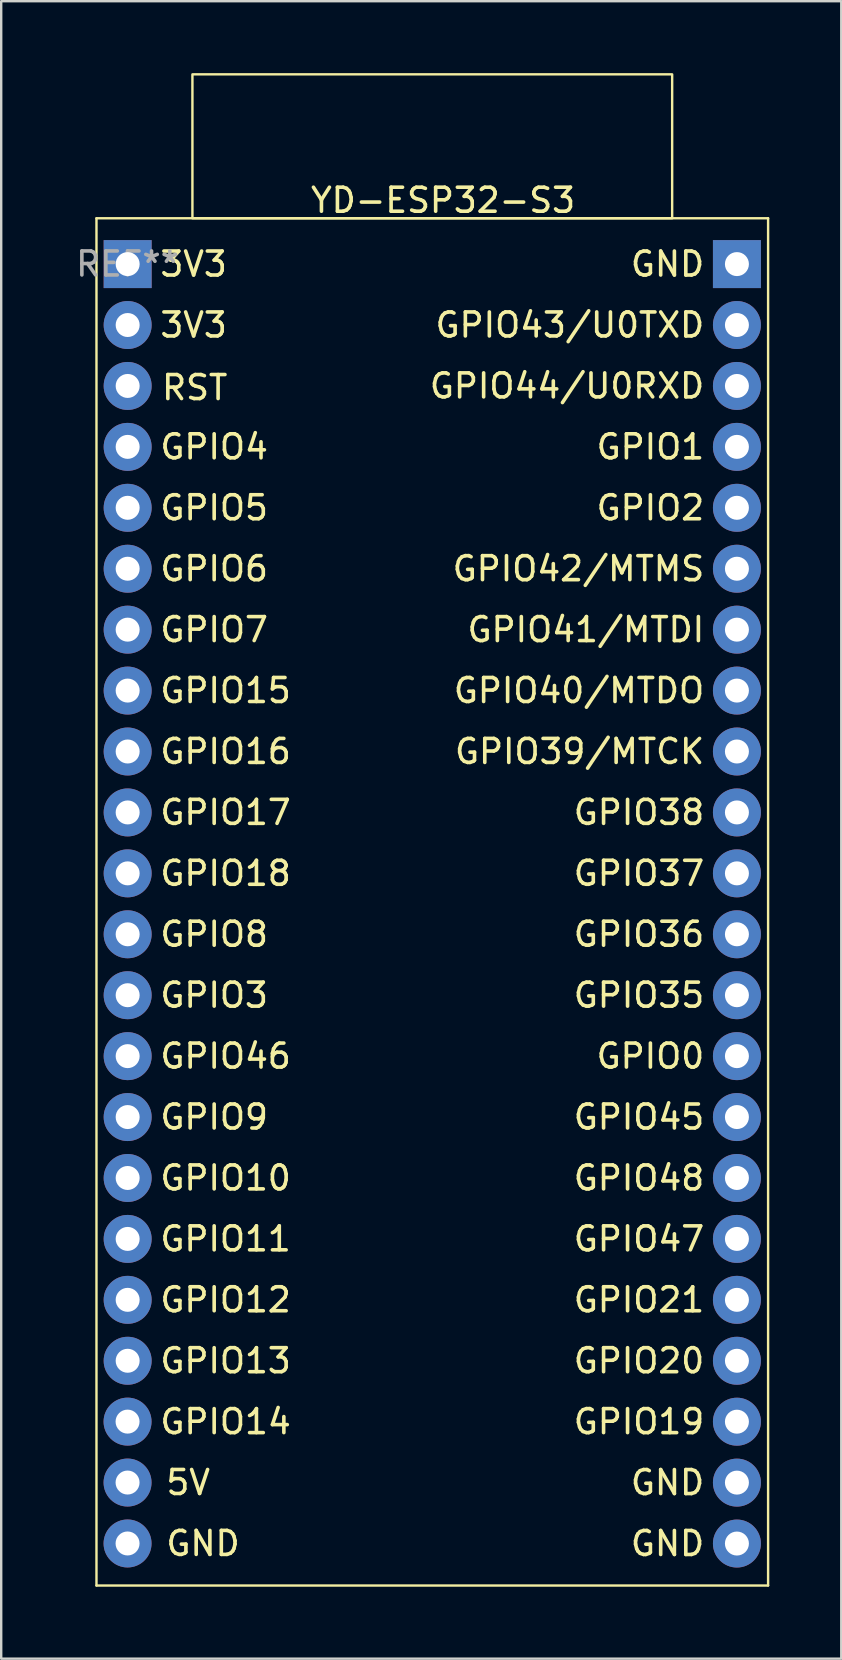
<source format=kicad_pcb>
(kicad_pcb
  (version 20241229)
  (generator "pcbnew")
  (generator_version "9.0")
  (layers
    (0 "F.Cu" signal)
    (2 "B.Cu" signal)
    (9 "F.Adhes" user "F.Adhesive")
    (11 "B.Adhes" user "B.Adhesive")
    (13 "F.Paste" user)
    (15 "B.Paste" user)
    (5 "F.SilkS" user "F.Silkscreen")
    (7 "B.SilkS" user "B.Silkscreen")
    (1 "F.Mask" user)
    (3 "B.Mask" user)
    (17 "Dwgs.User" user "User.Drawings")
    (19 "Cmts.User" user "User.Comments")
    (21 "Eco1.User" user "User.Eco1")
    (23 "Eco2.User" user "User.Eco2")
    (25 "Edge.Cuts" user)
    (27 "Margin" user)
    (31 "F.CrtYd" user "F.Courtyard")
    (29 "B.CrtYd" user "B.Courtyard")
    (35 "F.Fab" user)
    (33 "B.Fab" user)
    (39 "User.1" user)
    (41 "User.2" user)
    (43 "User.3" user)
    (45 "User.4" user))
  (footprint "YD-ESP32-S3"
    (layer "F.Cu")
    (at 0.972 6.05)
    (property "Reference" "YD-ESP32-S3" (at 14.45 -0.75 0) (layer "F.SilkS") (effects (font (size 1 1) (thickness 0.15))))
    (attr through_hole)
    (fp_line (start 0 0) (end 28 0) (stroke (width 0.1) (type default)) (layer "F.SilkS"))
    (fp_line (start 0 57) (end 0 0) (stroke (width 0.1) (type default)) (layer "F.SilkS"))
    (fp_line (start 28 0) (end 28 57) (stroke (width 0.1) (type default)) (layer "F.SilkS"))
    (fp_line (start 28 57) (end 0 57) (stroke (width 0.1) (type default)) (layer "F.SilkS"))
    (fp_rect (start 4 0) (end 24 -6) (stroke (width 0.1) (type default)) (fill no) (layer "F.SilkS"))
    (fp_text user "GPIO36" (at 25.43 29.85 0) (unlocked yes) (layer "F.SilkS") (effects (font (size 1 1) (thickness 0.15)) (justify right)))
    (fp_text user "GPIO44/U0RXD" (at 25.43 6.99 0) (unlocked yes) (layer "F.SilkS") (effects (font (size 1 1) (thickness 0.15)) (justify right)))
    (fp_text user "GND" (at 25.43 52.71 0) (unlocked yes) (layer "F.SilkS") (effects (font (size 1 1) (thickness 0.15)) (justify right)))
    (fp_text user "GPIO10" (at 2.57 40.01 0) (unlocked yes) (layer "F.SilkS") (effects (font (size 1 1) (thickness 0.15)) (justify left)))
    (fp_text user "GND" (at 2.82 55.247 0) (unlocked yes) (layer "F.SilkS") (effects (font (size 1 1) (thickness 0.15)) (justify left)))
    (fp_text user "GPIO16" (at 2.57 22.23 0) (unlocked yes) (layer "F.SilkS") (effects (font (size 1 1) (thickness 0.15)) (justify left)))
    (fp_text user "GPIO19" (at 25.43 50.17 0) (unlocked yes) (layer "F.SilkS") (effects (font (size 1 1) (thickness 0.15)) (justify right)))
    (fp_text user "GPIO45" (at 25.43 37.47 0) (unlocked yes) (layer "F.SilkS") (effects (font (size 1 1) (thickness 0.15)) (justify right)))
    (fp_text user "RST" (at 5.55 7.06 0) (unlocked yes) (layer "F.SilkS") (effects (font (size 1 1) (thickness 0.15)) (justify right)))
    (fp_text user "GPIO15" (at 2.57 19.69 0) (unlocked yes) (layer "F.SilkS") (effects (font (size 1 1) (thickness 0.15)) (justify left)))
    (fp_text user "GND" (at 25.43 1.91 0) (unlocked yes) (layer "F.SilkS") (effects (font (size 1 1) (thickness 0.15)) (justify right)))
    (fp_text user "GPIO38" (at 25.43 24.77 0) (unlocked yes) (layer "F.SilkS") (effects (font (size 1 1) (thickness 0.15)) (justify right)))
    (fp_text user "GPIO37" (at 25.43 27.31 0) (unlocked yes) (layer "F.SilkS") (effects (font (size 1 1) (thickness 0.15)) (justify right)))
    (fp_text user "GPIO4" (at 2.57 9.53 0) (unlocked yes) (layer "F.SilkS") (effects (font (size 1 1) (thickness 0.15)) (justify left)))
    (fp_text user "GPIO21" (at 25.43 45.09 0) (unlocked yes) (layer "F.SilkS") (effects (font (size 1 1) (thickness 0.15)) (justify right)))
    (fp_text user "GPIO42/MTMS" (at 25.43 14.61 0) (unlocked yes) (layer "F.SilkS") (effects (font (size 1 1) (thickness 0.15)) (justify right)))
    (fp_text user "GPIO20" (at 25.43 47.63 0) (unlocked yes) (layer "F.SilkS") (effects (font (size 1 1) (thickness 0.15)) (justify right)))
    (fp_text user "3V3" (at 2.57 1.91 0) (unlocked yes) (layer "F.SilkS") (effects (font (size 1 1) (thickness 0.15)) (justify left)))
    (fp_text user "GPIO43/U0TXD" (at 25.43 4.45 0) (unlocked yes) (layer "F.SilkS") (effects (font (size 1 1) (thickness 0.15)) (justify right)))
    (fp_text user "GPIO35" (at 25.43 32.39 0) (unlocked yes) (layer "F.SilkS") (effects (font (size 1 1) (thickness 0.15)) (justify right)))
    (fp_text user "GPIO39/MTCK" (at 25.43 22.23 0) (unlocked yes) (layer "F.SilkS") (effects (font (size 1 1) (thickness 0.15)) (justify right)))
    (fp_text user "GPIO47" (at 25.43 42.55 0) (unlocked yes) (layer "F.SilkS") (effects (font (size 1 1) (thickness 0.15)) (justify right)))
    (fp_text user "GPIO18" (at 2.57 27.31 0) (unlocked yes) (layer "F.SilkS") (effects (font (size 1 1) (thickness 0.15)) (justify left)))
    (fp_text user "GPIO40/MTDO" (at 25.43 19.69 0) (unlocked yes) (layer "F.SilkS") (effects (font (size 1 1) (thickness 0.15)) (justify right)))
    (fp_text user "3V3" (at 2.57 4.45 0) (unlocked yes) (layer "F.SilkS") (effects (font (size 1 1) (thickness 0.15)) (justify left)))
    (fp_text user "GPIO8" (at 2.57 29.85 0) (unlocked yes) (layer "F.SilkS") (effects (font (size 1 1) (thickness 0.15)) (justify left)))
    (fp_text user "GPIO11" (at 2.57 42.55 0) (unlocked yes) (layer "F.SilkS") (effects (font (size 1 1) (thickness 0.15)) (justify left)))
    (fp_text user "GPIO46" (at 2.57 34.93 0) (unlocked yes) (layer "F.SilkS") (effects (font (size 1 1) (thickness 0.15)) (justify left)))
    (fp_text user "GPIO3" (at 2.57 32.39 0) (unlocked yes) (layer "F.SilkS") (effects (font (size 1 1) (thickness 0.15)) (justify left)))
    (fp_text user "GPIO41/MTDI" (at 25.43 17.15 0) (unlocked yes) (layer "F.SilkS") (effects (font (size 1 1) (thickness 0.15)) (justify right)))
    (fp_text user "GPIO0" (at 25.43 34.93 0) (unlocked yes) (layer "F.SilkS") (effects (font (size 1 1) (thickness 0.15)) (justify right)))
    (fp_text user "GPIO13" (at 2.57 47.63 0) (unlocked yes) (layer "F.SilkS") (effects (font (size 1 1) (thickness 0.15)) (justify left)))
    (fp_text user "GPIO2" (at 25.43 12.07 0) (unlocked yes) (layer "F.SilkS") (effects (font (size 1 1) (thickness 0.15)) (justify right)))
    (fp_text user "GPIO48" (at 25.43 40.01 0) (unlocked yes) (layer "F.SilkS") (effects (font (size 1 1) (thickness 0.15)) (justify right)))
    (fp_text user "GPIO17" (at 2.57 24.77 0) (unlocked yes) (layer "F.SilkS") (effects (font (size 1 1) (thickness 0.15)) (justify left)))
    (fp_text user "GPIO6" (at 2.57 14.61 0) (unlocked yes) (layer "F.SilkS") (effects (font (size 1 1) (thickness 0.15)) (justify left)))
    (fp_text user "GPIO1" (at 25.43 9.53 0) (unlocked yes) (layer "F.SilkS") (effects (font (size 1 1) (thickness 0.15)) (justify right)))
    (fp_text user "5V" (at 2.82 52.707 0) (unlocked yes) (layer "F.SilkS") (effects (font (size 1 1) (thickness 0.15)) (justify left)))
    (fp_text user "GPIO5" (at 2.57 12.07 0) (unlocked yes) (layer "F.SilkS") (effects (font (size 1 1) (thickness 0.15)) (justify left)))
    (fp_text user "GPIO7" (at 2.57 17.15 0) (unlocked yes) (layer "F.SilkS") (effects (font (size 1 1) (thickness 0.15)) (justify left)))
    (fp_text user "GPIO14" (at 2.57 50.17 0) (unlocked yes) (layer "F.SilkS") (effects (font (size 1 1) (thickness 0.15)) (justify left)))
    (fp_text user "GPIO9" (at 2.57 37.47 0) (unlocked yes) (layer "F.SilkS") (effects (font (size 1 1) (thickness 0.15)) (justify left)))
    (fp_text user "GND" (at 25.43 55.25 0) (unlocked yes) (layer "F.SilkS") (effects (font (size 1 1) (thickness 0.15)) (justify right)))
    (fp_text user "GPIO12" (at 2.57 45.09 0) (unlocked yes) (layer "F.SilkS") (effects (font (size 1 1) (thickness 0.15)) (justify left)))
    (fp_text user "REF**" (at 1.296 1.907 0) (layer "F.Fab") (effects (font (size 1 1) (thickness 0.15))))
    (pad "1" thru_hole rect (at 1.3 1.91 270) (size 2 2) (drill 1) (layers "*.Cu" "*.Mask"))
    (pad "2" thru_hole oval (at 1.3 4.45 270) (size 2 2) (drill 1) (layers "*.Cu" "*.Mask"))
    (pad "3" thru_hole oval (at 1.3 6.99 270) (size 2 2) (drill 1) (layers "*.Cu" "*.Mask"))
    (pad "4" thru_hole oval (at 1.3 9.53 270) (size 2 2) (drill 1) (layers "*.Cu" "*.Mask"))
    (pad "5" thru_hole oval (at 1.3 12.07 270) (size 2 2) (drill 1) (layers "*.Cu" "*.Mask"))
    (pad "6" thru_hole oval (at 1.3 14.61 270) (size 2 2) (drill 1) (layers "*.Cu" "*.Mask"))
    (pad "7" thru_hole oval (at 1.3 17.15 270) (size 2 2) (drill 1) (layers "*.Cu" "*.Mask"))
    (pad "8" thru_hole oval (at 1.3 19.69 270) (size 2 2) (drill 1) (layers "*.Cu" "*.Mask"))
    (pad "9" thru_hole oval (at 1.3 22.23 270) (size 2 2) (drill 1) (layers "*.Cu" "*.Mask"))
    (pad "10" thru_hole oval (at 1.3 24.77 270) (size 2 2) (drill 1) (layers "*.Cu" "*.Mask"))
    (pad "11" thru_hole oval (at 1.3 27.31 270) (size 2 2) (drill 1) (layers "*.Cu" "*.Mask"))
    (pad "12" thru_hole oval (at 1.3 29.85 270) (size 2 2) (drill 1) (layers "*.Cu" "*.Mask"))
    (pad "13" thru_hole oval (at 1.3 32.39 270) (size 2 2) (drill 1) (layers "*.Cu" "*.Mask"))
    (pad "14" thru_hole oval (at 1.3 34.93 270) (size 2 2) (drill 1) (layers "*.Cu" "*.Mask"))
    (pad "15" thru_hole oval (at 1.3 37.47 270) (size 2 2) (drill 1) (layers "*.Cu" "*.Mask"))
    (pad "16" thru_hole oval (at 1.3 40.01 270) (size 2 2) (drill 1) (layers "*.Cu" "*.Mask"))
    (pad "17" thru_hole oval (at 1.3 42.55 270) (size 2 2) (drill 1) (layers "*.Cu" "*.Mask"))
    (pad "18" thru_hole oval (at 1.3 45.09 270) (size 2 2) (drill 1) (layers "*.Cu" "*.Mask"))
    (pad "19" thru_hole oval (at 1.3 47.63 270) (size 2 2) (drill 1) (layers "*.Cu" "*.Mask"))
    (pad "20" thru_hole oval (at 1.296 50.167 270) (size 2 2) (drill 1) (layers "*.Cu" "*.Mask"))
    (pad "21" thru_hole oval (at 1.296 52.707 270) (size 2 2) (drill 1) (layers "*.Cu" "*.Mask"))
    (pad "22" thru_hole oval (at 1.296 55.247 270) (size 2 2) (drill 1) (layers "*.Cu" "*.Mask"))
    (pad "23" thru_hole oval (at 26.7 55.25 270) (size 2 2) (drill 1) (layers "*.Cu" "*.Mask"))
    (pad "24" thru_hole oval (at 26.7 52.71 270) (size 2 2) (drill 1) (layers "*.Cu" "*.Mask"))
    (pad "25" thru_hole oval (at 26.7 50.17 270) (size 2 2) (drill 1) (layers "*.Cu" "*.Mask"))
    (pad "26" thru_hole oval (at 26.7 47.63 270) (size 2 2) (drill 1) (layers "*.Cu" "*.Mask"))
    (pad "27" thru_hole oval (at 26.7 45.09 270) (size 2 2) (drill 1) (layers "*.Cu" "*.Mask"))
    (pad "28" thru_hole oval (at 26.7 42.55 270) (size 2 2) (drill 1) (layers "*.Cu" "*.Mask"))
    (pad "29" thru_hole oval (at 26.7 40.01 270) (size 2 2) (drill 1) (layers "*.Cu" "*.Mask"))
    (pad "30" thru_hole oval (at 26.7 37.47 270) (size 2 2) (drill 1) (layers "*.Cu" "*.Mask"))
    (pad "31" thru_hole oval (at 26.7 34.93 270) (size 2 2) (drill 1) (layers "*.Cu" "*.Mask"))
    (pad "32" thru_hole oval (at 26.7 32.39 270) (size 2 2) (drill 1) (layers "*.Cu" "*.Mask"))
    (pad "33" thru_hole oval (at 26.7 29.85 270) (size 2 2) (drill 1) (layers "*.Cu" "*.Mask"))
    (pad "34" thru_hole oval (at 26.7 27.31 270) (size 2 2) (drill 1) (layers "*.Cu" "*.Mask"))
    (pad "35" thru_hole oval (at 26.7 24.77 270) (size 2 2) (drill 1) (layers "*.Cu" "*.Mask"))
    (pad "36" thru_hole oval (at 26.7 22.23 270) (size 2 2) (drill 1) (layers "*.Cu" "*.Mask"))
    (pad "37" thru_hole oval (at 26.7 19.69 270) (size 2 2) (drill 1) (layers "*.Cu" "*.Mask"))
    (pad "38" thru_hole oval (at 26.7 17.15 270) (size 2 2) (drill 1) (layers "*.Cu" "*.Mask"))
    (pad "39" thru_hole oval (at 26.7 14.61 270) (size 2 2) (drill 1) (layers "*.Cu" "*.Mask"))
    (pad "40" thru_hole oval (at 26.7 12.07 270) (size 2 2) (drill 1) (layers "*.Cu" "*.Mask"))
    (pad "41" thru_hole oval (at 26.7 9.53 270) (size 2 2) (drill 1) (layers "*.Cu" "*.Mask"))
    (pad "42" thru_hole oval (at 26.7 6.99 270) (size 2 2) (drill 1) (layers "*.Cu" "*.Mask"))
    (pad "43" thru_hole oval (at 26.7 4.45 270) (size 2 2) (drill 1) (layers "*.Cu" "*.Mask"))
    (pad "44" thru_hole rect (at 26.7 1.91 270) (size 2 2) (drill 1) (layers "*.Cu" "*.Mask"))
    (zone (net_name "") (layer "F.SilkS") (hatch edge 0.5) (connect_pads) (min_thickness 0.25) (filled_areas_thickness no) (keepout (tracks allowed) (vias allowed) (pads not_allowed) (copperpour allowed) (footprints not_allowed)) (placement (enabled no)) (fill) (polygon (pts (xy 0.972 6.05) (xy 28.972 6.05) (xy 28.972 63.05) (xy 0.972 63.05)))))
  (gr_rect
    (start -3 -3)
    (end 32.022 66.1)
    (stroke (width 0.1) (type default))
    (fill no)
    (layer "Edge.Cuts")))
</source>
